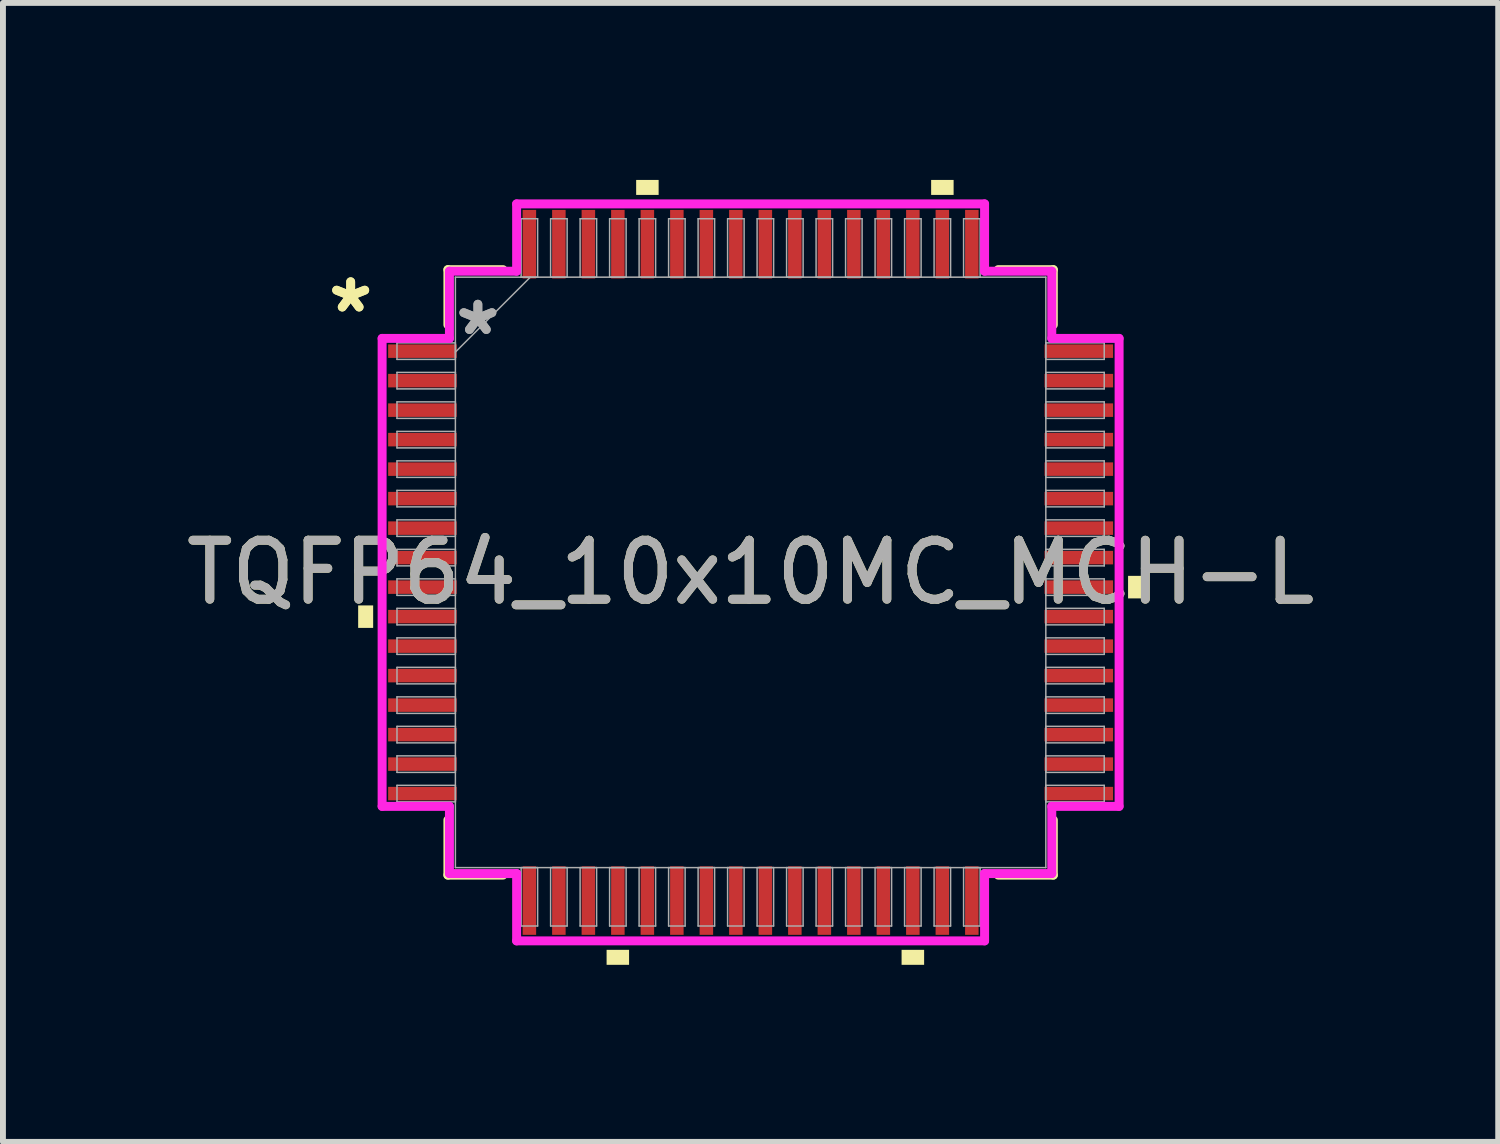
<source format=kicad_pcb>
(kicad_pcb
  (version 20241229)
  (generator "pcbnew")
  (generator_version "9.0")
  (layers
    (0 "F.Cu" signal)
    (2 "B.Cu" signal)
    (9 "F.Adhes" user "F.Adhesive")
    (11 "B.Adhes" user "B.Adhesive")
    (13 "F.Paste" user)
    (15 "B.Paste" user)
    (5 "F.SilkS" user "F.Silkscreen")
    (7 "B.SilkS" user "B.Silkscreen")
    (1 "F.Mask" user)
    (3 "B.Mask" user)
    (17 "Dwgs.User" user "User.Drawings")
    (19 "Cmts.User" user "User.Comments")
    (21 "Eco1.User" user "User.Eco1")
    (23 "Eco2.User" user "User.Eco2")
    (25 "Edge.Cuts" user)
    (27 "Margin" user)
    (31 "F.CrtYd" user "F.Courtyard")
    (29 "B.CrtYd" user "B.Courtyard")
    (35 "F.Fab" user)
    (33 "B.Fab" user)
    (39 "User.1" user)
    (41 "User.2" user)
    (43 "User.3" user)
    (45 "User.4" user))
  (footprint "TQFP64_10x10MC_MCH-L"
    (layer "F.Cu")
    (at 9.673 6.652)
    (property "Reference" "TQFP64_10x10MC_MCH-L" (at 0 0 0) (unlocked yes) (layer "F.SilkS") (effects (font (size 1 1) (thickness 0.15))))
    (attr smd)
    (fp_line (start -5.131 -5.131) (end -5.131 -4.197) (stroke (width 0.152) (type solid)) (layer "F.SilkS"))
    (fp_line (start -5.131 4.197) (end -5.131 5.131) (stroke (width 0.152) (type solid)) (layer "F.SilkS"))
    (fp_line (start -5.131 5.131) (end -4.197 5.131) (stroke (width 0.152) (type solid)) (layer "F.SilkS"))
    (fp_line (start -4.197 -5.131) (end -5.131 -5.131) (stroke (width 0.152) (type solid)) (layer "F.SilkS"))
    (fp_line (start 4.197 5.131) (end 5.131 5.131) (stroke (width 0.152) (type solid)) (layer "F.SilkS"))
    (fp_line (start 5.131 -5.131) (end 4.197 -5.131) (stroke (width 0.152) (type solid)) (layer "F.SilkS"))
    (fp_line (start 5.131 -4.197) (end 5.131 -5.131) (stroke (width 0.152) (type solid)) (layer "F.SilkS"))
    (fp_line (start 5.131 5.131) (end 5.131 4.197) (stroke (width 0.152) (type solid)) (layer "F.SilkS"))
    (fp_poly (pts (xy -6.652 0.56) (xy -6.652 0.941) (xy -6.398 0.941) (xy -6.398 0.56)) (stroke (width 0) (type solid)) (fill yes) (layer "F.SilkS"))
    (fp_poly (pts (xy -2.441 6.398) (xy -2.441 6.652) (xy -2.06 6.652) (xy -2.06 6.398)) (stroke (width 0) (type solid)) (fill yes) (layer "F.SilkS"))
    (fp_poly (pts (xy -1.94 -6.398) (xy -1.94 -6.652) (xy -1.559 -6.652) (xy -1.559 -6.398)) (stroke (width 0) (type solid)) (fill yes) (layer "F.SilkS"))
    (fp_poly (pts (xy 2.559 6.398) (xy 2.559 6.652) (xy 2.941 6.652) (xy 2.941 6.398)) (stroke (width 0) (type solid)) (fill yes) (layer "F.SilkS"))
    (fp_poly (pts (xy 3.06 -6.398) (xy 3.06 -6.652) (xy 3.441 -6.652) (xy 3.441 -6.398)) (stroke (width 0) (type solid)) (fill yes) (layer "F.SilkS"))
    (fp_poly (pts (xy 6.652 0.059) (xy 6.652 0.441) (xy 6.398 0.441) (xy 6.398 0.059)) (stroke (width 0) (type solid)) (fill yes) (layer "F.SilkS"))
    (fp_line (start -6.246 -3.966) (end -5.105 -3.966) (stroke (width 0.152) (type solid)) (layer "F.CrtYd"))
    (fp_line (start -6.246 3.966) (end -6.246 -3.966) (stroke (width 0.152) (type solid)) (layer "F.CrtYd"))
    (fp_line (start -5.105 -5.105) (end -3.966 -5.105) (stroke (width 0.152) (type solid)) (layer "F.CrtYd"))
    (fp_line (start -5.105 -3.966) (end -5.105 -5.105) (stroke (width 0.152) (type solid)) (layer "F.CrtYd"))
    (fp_line (start -5.105 3.966) (end -6.246 3.966) (stroke (width 0.152) (type solid)) (layer "F.CrtYd"))
    (fp_line (start -5.105 5.105) (end -5.105 3.966) (stroke (width 0.152) (type solid)) (layer "F.CrtYd"))
    (fp_line (start -5.105 5.105) (end -3.966 5.105) (stroke (width 0.152) (type solid)) (layer "F.CrtYd"))
    (fp_line (start -3.966 -6.246) (end 3.966 -6.246) (stroke (width 0.152) (type solid)) (layer "F.CrtYd"))
    (fp_line (start -3.966 -5.105) (end -3.966 -6.246) (stroke (width 0.152) (type solid)) (layer "F.CrtYd"))
    (fp_line (start -3.966 5.105) (end -3.966 6.246) (stroke (width 0.152) (type solid)) (layer "F.CrtYd"))
    (fp_line (start -3.966 6.246) (end 3.966 6.246) (stroke (width 0.152) (type solid)) (layer "F.CrtYd"))
    (fp_line (start 3.966 -6.246) (end 3.966 -5.105) (stroke (width 0.152) (type solid)) (layer "F.CrtYd"))
    (fp_line (start 3.966 -5.105) (end 5.105 -5.105) (stroke (width 0.152) (type solid)) (layer "F.CrtYd"))
    (fp_line (start 3.966 5.105) (end 5.105 5.105) (stroke (width 0.152) (type solid)) (layer "F.CrtYd"))
    (fp_line (start 3.966 6.246) (end 3.966 5.105) (stroke (width 0.152) (type solid)) (layer "F.CrtYd"))
    (fp_line (start 5.105 -3.966) (end 5.105 -5.105) (stroke (width 0.152) (type solid)) (layer "F.CrtYd"))
    (fp_line (start 5.105 3.966) (end 6.246 3.966) (stroke (width 0.152) (type solid)) (layer "F.CrtYd"))
    (fp_line (start 5.105 5.105) (end 5.105 3.966) (stroke (width 0.152) (type solid)) (layer "F.CrtYd"))
    (fp_line (start 6.246 -3.966) (end 5.105 -3.966) (stroke (width 0.152) (type solid)) (layer "F.CrtYd"))
    (fp_line (start 6.246 3.966) (end 6.246 -3.966) (stroke (width 0.152) (type solid)) (layer "F.CrtYd"))
    (fp_line (start -5.994 -3.89) (end -5.994 -3.61) (stroke (width 0.025) (type solid)) (layer "F.Fab"))
    (fp_line (start -5.994 -3.61) (end -5.004 -3.61) (stroke (width 0.025) (type solid)) (layer "F.Fab"))
    (fp_line (start -5.994 -3.39) (end -5.994 -3.11) (stroke (width 0.025) (type solid)) (layer "F.Fab"))
    (fp_line (start -5.994 -3.11) (end -5.004 -3.11) (stroke (width 0.025) (type solid)) (layer "F.Fab"))
    (fp_line (start -5.994 -2.89) (end -5.994 -2.61) (stroke (width 0.025) (type solid)) (layer "F.Fab"))
    (fp_line (start -5.994 -2.61) (end -5.004 -2.61) (stroke (width 0.025) (type solid)) (layer "F.Fab"))
    (fp_line (start -5.994 -2.39) (end -5.994 -2.11) (stroke (width 0.025) (type solid)) (layer "F.Fab"))
    (fp_line (start -5.994 -2.11) (end -5.004 -2.11) (stroke (width 0.025) (type solid)) (layer "F.Fab"))
    (fp_line (start -5.994 -1.89) (end -5.994 -1.61) (stroke (width 0.025) (type solid)) (layer "F.Fab"))
    (fp_line (start -5.994 -1.61) (end -5.004 -1.61) (stroke (width 0.025) (type solid)) (layer "F.Fab"))
    (fp_line (start -5.994 -1.39) (end -5.994 -1.11) (stroke (width 0.025) (type solid)) (layer "F.Fab"))
    (fp_line (start -5.994 -1.11) (end -5.004 -1.11) (stroke (width 0.025) (type solid)) (layer "F.Fab"))
    (fp_line (start -5.994 -0.89) (end -5.994 -0.61) (stroke (width 0.025) (type solid)) (layer "F.Fab"))
    (fp_line (start -5.994 -0.61) (end -5.004 -0.61) (stroke (width 0.025) (type solid)) (layer "F.Fab"))
    (fp_line (start -5.994 -0.39) (end -5.994 -0.11) (stroke (width 0.025) (type solid)) (layer "F.Fab"))
    (fp_line (start -5.994 -0.11) (end -5.004 -0.11) (stroke (width 0.025) (type solid)) (layer "F.Fab"))
    (fp_line (start -5.994 0.11) (end -5.994 0.39) (stroke (width 0.025) (type solid)) (layer "F.Fab"))
    (fp_line (start -5.994 0.39) (end -5.004 0.39) (stroke (width 0.025) (type solid)) (layer "F.Fab"))
    (fp_line (start -5.994 0.61) (end -5.994 0.89) (stroke (width 0.025) (type solid)) (layer "F.Fab"))
    (fp_line (start -5.994 0.89) (end -5.004 0.89) (stroke (width 0.025) (type solid)) (layer "F.Fab"))
    (fp_line (start -5.994 1.11) (end -5.994 1.39) (stroke (width 0.025) (type solid)) (layer "F.Fab"))
    (fp_line (start -5.994 1.39) (end -5.004 1.39) (stroke (width 0.025) (type solid)) (layer "F.Fab"))
    (fp_line (start -5.994 1.61) (end -5.994 1.89) (stroke (width 0.025) (type solid)) (layer "F.Fab"))
    (fp_line (start -5.994 1.89) (end -5.004 1.89) (stroke (width 0.025) (type solid)) (layer "F.Fab"))
    (fp_line (start -5.994 2.11) (end -5.994 2.39) (stroke (width 0.025) (type solid)) (layer "F.Fab"))
    (fp_line (start -5.994 2.39) (end -5.004 2.39) (stroke (width 0.025) (type solid)) (layer "F.Fab"))
    (fp_line (start -5.994 2.61) (end -5.994 2.89) (stroke (width 0.025) (type solid)) (layer "F.Fab"))
    (fp_line (start -5.994 2.89) (end -5.004 2.89) (stroke (width 0.025) (type solid)) (layer "F.Fab"))
    (fp_line (start -5.994 3.11) (end -5.994 3.39) (stroke (width 0.025) (type solid)) (layer "F.Fab"))
    (fp_line (start -5.994 3.39) (end -5.004 3.39) (stroke (width 0.025) (type solid)) (layer "F.Fab"))
    (fp_line (start -5.994 3.61) (end -5.994 3.89) (stroke (width 0.025) (type solid)) (layer "F.Fab"))
    (fp_line (start -5.994 3.89) (end -5.004 3.89) (stroke (width 0.025) (type solid)) (layer "F.Fab"))
    (fp_line (start -5.004 -5.004) (end -5.004 5.004) (stroke (width 0.025) (type solid)) (layer "F.Fab"))
    (fp_line (start -5.004 -3.89) (end -5.994 -3.89) (stroke (width 0.025) (type solid)) (layer "F.Fab"))
    (fp_line (start -5.004 -3.734) (end -3.734 -5.004) (stroke (width 0.025) (type solid)) (layer "F.Fab"))
    (fp_line (start -5.004 -3.61) (end -5.004 -3.89) (stroke (width 0.025) (type solid)) (layer "F.Fab"))
    (fp_line (start -5.004 -3.39) (end -5.994 -3.39) (stroke (width 0.025) (type solid)) (layer "F.Fab"))
    (fp_line (start -5.004 -3.11) (end -5.004 -3.39) (stroke (width 0.025) (type solid)) (layer "F.Fab"))
    (fp_line (start -5.004 -2.89) (end -5.994 -2.89) (stroke (width 0.025) (type solid)) (layer "F.Fab"))
    (fp_line (start -5.004 -2.61) (end -5.004 -2.89) (stroke (width 0.025) (type solid)) (layer "F.Fab"))
    (fp_line (start -5.004 -2.39) (end -5.994 -2.39) (stroke (width 0.025) (type solid)) (layer "F.Fab"))
    (fp_line (start -5.004 -2.11) (end -5.004 -2.39) (stroke (width 0.025) (type solid)) (layer "F.Fab"))
    (fp_line (start -5.004 -1.89) (end -5.994 -1.89) (stroke (width 0.025) (type solid)) (layer "F.Fab"))
    (fp_line (start -5.004 -1.61) (end -5.004 -1.89) (stroke (width 0.025) (type solid)) (layer "F.Fab"))
    (fp_line (start -5.004 -1.39) (end -5.994 -1.39) (stroke (width 0.025) (type solid)) (layer "F.Fab"))
    (fp_line (start -5.004 -1.11) (end -5.004 -1.39) (stroke (width 0.025) (type solid)) (layer "F.Fab"))
    (fp_line (start -5.004 -0.89) (end -5.994 -0.89) (stroke (width 0.025) (type solid)) (layer "F.Fab"))
    (fp_line (start -5.004 -0.61) (end -5.004 -0.89) (stroke (width 0.025) (type solid)) (layer "F.Fab"))
    (fp_line (start -5.004 -0.39) (end -5.994 -0.39) (stroke (width 0.025) (type solid)) (layer "F.Fab"))
    (fp_line (start -5.004 -0.11) (end -5.004 -0.39) (stroke (width 0.025) (type solid)) (layer "F.Fab"))
    (fp_line (start -5.004 0.11) (end -5.994 0.11) (stroke (width 0.025) (type solid)) (layer "F.Fab"))
    (fp_line (start -5.004 0.39) (end -5.004 0.11) (stroke (width 0.025) (type solid)) (layer "F.Fab"))
    (fp_line (start -5.004 0.61) (end -5.994 0.61) (stroke (width 0.025) (type solid)) (layer "F.Fab"))
    (fp_line (start -5.004 0.89) (end -5.004 0.61) (stroke (width 0.025) (type solid)) (layer "F.Fab"))
    (fp_line (start -5.004 1.11) (end -5.994 1.11) (stroke (width 0.025) (type solid)) (layer "F.Fab"))
    (fp_line (start -5.004 1.39) (end -5.004 1.11) (stroke (width 0.025) (type solid)) (layer "F.Fab"))
    (fp_line (start -5.004 1.61) (end -5.994 1.61) (stroke (width 0.025) (type solid)) (layer "F.Fab"))
    (fp_line (start -5.004 1.89) (end -5.004 1.61) (stroke (width 0.025) (type solid)) (layer "F.Fab"))
    (fp_line (start -5.004 2.11) (end -5.994 2.11) (stroke (width 0.025) (type solid)) (layer "F.Fab"))
    (fp_line (start -5.004 2.39) (end -5.004 2.11) (stroke (width 0.025) (type solid)) (layer "F.Fab"))
    (fp_line (start -5.004 2.61) (end -5.994 2.61) (stroke (width 0.025) (type solid)) (layer "F.Fab"))
    (fp_line (start -5.004 2.89) (end -5.004 2.61) (stroke (width 0.025) (type solid)) (layer "F.Fab"))
    (fp_line (start -5.004 3.11) (end -5.994 3.11) (stroke (width 0.025) (type solid)) (layer "F.Fab"))
    (fp_line (start -5.004 3.39) (end -5.004 3.11) (stroke (width 0.025) (type solid)) (layer "F.Fab"))
    (fp_line (start -5.004 3.61) (end -5.994 3.61) (stroke (width 0.025) (type solid)) (layer "F.Fab"))
    (fp_line (start -5.004 3.89) (end -5.004 3.61) (stroke (width 0.025) (type solid)) (layer "F.Fab"))
    (fp_line (start -5.004 5.004) (end 5.004 5.004) (stroke (width 0.025) (type solid)) (layer "F.Fab"))
    (fp_line (start -3.89 -5.994) (end -3.89 -5.004) (stroke (width 0.025) (type solid)) (layer "F.Fab"))
    (fp_line (start -3.89 -5.004) (end -3.61 -5.004) (stroke (width 0.025) (type solid)) (layer "F.Fab"))
    (fp_line (start -3.89 5.004) (end -3.89 5.994) (stroke (width 0.025) (type solid)) (layer "F.Fab"))
    (fp_line (start -3.89 5.994) (end -3.61 5.994) (stroke (width 0.025) (type solid)) (layer "F.Fab"))
    (fp_line (start -3.61 -5.994) (end -3.89 -5.994) (stroke (width 0.025) (type solid)) (layer "F.Fab"))
    (fp_line (start -3.61 -5.004) (end -3.61 -5.994) (stroke (width 0.025) (type solid)) (layer "F.Fab"))
    (fp_line (start -3.61 5.004) (end -3.89 5.004) (stroke (width 0.025) (type solid)) (layer "F.Fab"))
    (fp_line (start -3.61 5.994) (end -3.61 5.004) (stroke (width 0.025) (type solid)) (layer "F.Fab"))
    (fp_line (start -3.39 -5.994) (end -3.39 -5.004) (stroke (width 0.025) (type solid)) (layer "F.Fab"))
    (fp_line (start -3.39 -5.004) (end -3.11 -5.004) (stroke (width 0.025) (type solid)) (layer "F.Fab"))
    (fp_line (start -3.39 5.004) (end -3.39 5.994) (stroke (width 0.025) (type solid)) (layer "F.Fab"))
    (fp_line (start -3.39 5.994) (end -3.11 5.994) (stroke (width 0.025) (type solid)) (layer "F.Fab"))
    (fp_line (start -3.11 -5.994) (end -3.39 -5.994) (stroke (width 0.025) (type solid)) (layer "F.Fab"))
    (fp_line (start -3.11 -5.004) (end -3.11 -5.994) (stroke (width 0.025) (type solid)) (layer "F.Fab"))
    (fp_line (start -3.11 5.004) (end -3.39 5.004) (stroke (width 0.025) (type solid)) (layer "F.Fab"))
    (fp_line (start -3.11 5.994) (end -3.11 5.004) (stroke (width 0.025) (type solid)) (layer "F.Fab"))
    (fp_line (start -2.89 -5.994) (end -2.89 -5.004) (stroke (width 0.025) (type solid)) (layer "F.Fab"))
    (fp_line (start -2.89 -5.004) (end -2.61 -5.004) (stroke (width 0.025) (type solid)) (layer "F.Fab"))
    (fp_line (start -2.89 5.004) (end -2.89 5.994) (stroke (width 0.025) (type solid)) (layer "F.Fab"))
    (fp_line (start -2.89 5.994) (end -2.61 5.994) (stroke (width 0.025) (type solid)) (layer "F.Fab"))
    (fp_line (start -2.61 -5.994) (end -2.89 -5.994) (stroke (width 0.025) (type solid)) (layer "F.Fab"))
    (fp_line (start -2.61 -5.004) (end -2.61 -5.994) (stroke (width 0.025) (type solid)) (layer "F.Fab"))
    (fp_line (start -2.61 5.004) (end -2.89 5.004) (stroke (width 0.025) (type solid)) (layer "F.Fab"))
    (fp_line (start -2.61 5.994) (end -2.61 5.004) (stroke (width 0.025) (type solid)) (layer "F.Fab"))
    (fp_line (start -2.39 -5.994) (end -2.39 -5.004) (stroke (width 0.025) (type solid)) (layer "F.Fab"))
    (fp_line (start -2.39 -5.004) (end -2.11 -5.004) (stroke (width 0.025) (type solid)) (layer "F.Fab"))
    (fp_line (start -2.39 5.004) (end -2.39 5.994) (stroke (width 0.025) (type solid)) (layer "F.Fab"))
    (fp_line (start -2.39 5.994) (end -2.11 5.994) (stroke (width 0.025) (type solid)) (layer "F.Fab"))
    (fp_line (start -2.11 -5.994) (end -2.39 -5.994) (stroke (width 0.025) (type solid)) (layer "F.Fab"))
    (fp_line (start -2.11 -5.004) (end -2.11 -5.994) (stroke (width 0.025) (type solid)) (layer "F.Fab"))
    (fp_line (start -2.11 5.004) (end -2.39 5.004) (stroke (width 0.025) (type solid)) (layer "F.Fab"))
    (fp_line (start -2.11 5.994) (end -2.11 5.004) (stroke (width 0.025) (type solid)) (layer "F.Fab"))
    (fp_line (start -1.89 -5.994) (end -1.89 -5.004) (stroke (width 0.025) (type solid)) (layer "F.Fab"))
    (fp_line (start -1.89 -5.004) (end -1.61 -5.004) (stroke (width 0.025) (type solid)) (layer "F.Fab"))
    (fp_line (start -1.89 5.004) (end -1.89 5.994) (stroke (width 0.025) (type solid)) (layer "F.Fab"))
    (fp_line (start -1.89 5.994) (end -1.61 5.994) (stroke (width 0.025) (type solid)) (layer "F.Fab"))
    (fp_line (start -1.61 -5.994) (end -1.89 -5.994) (stroke (width 0.025) (type solid)) (layer "F.Fab"))
    (fp_line (start -1.61 -5.004) (end -1.61 -5.994) (stroke (width 0.025) (type solid)) (layer "F.Fab"))
    (fp_line (start -1.61 5.004) (end -1.89 5.004) (stroke (width 0.025) (type solid)) (layer "F.Fab"))
    (fp_line (start -1.61 5.994) (end -1.61 5.004) (stroke (width 0.025) (type solid)) (layer "F.Fab"))
    (fp_line (start -1.39 -5.994) (end -1.39 -5.004) (stroke (width 0.025) (type solid)) (layer "F.Fab"))
    (fp_line (start -1.39 -5.004) (end -1.11 -5.004) (stroke (width 0.025) (type solid)) (layer "F.Fab"))
    (fp_line (start -1.39 5.004) (end -1.39 5.994) (stroke (width 0.025) (type solid)) (layer "F.Fab"))
    (fp_line (start -1.39 5.994) (end -1.11 5.994) (stroke (width 0.025) (type solid)) (layer "F.Fab"))
    (fp_line (start -1.11 -5.994) (end -1.39 -5.994) (stroke (width 0.025) (type solid)) (layer "F.Fab"))
    (fp_line (start -1.11 -5.004) (end -1.11 -5.994) (stroke (width 0.025) (type solid)) (layer "F.Fab"))
    (fp_line (start -1.11 5.004) (end -1.39 5.004) (stroke (width 0.025) (type solid)) (layer "F.Fab"))
    (fp_line (start -1.11 5.994) (end -1.11 5.004) (stroke (width 0.025) (type solid)) (layer "F.Fab"))
    (fp_line (start -0.89 -5.994) (end -0.89 -5.004) (stroke (width 0.025) (type solid)) (layer "F.Fab"))
    (fp_line (start -0.89 -5.004) (end -0.61 -5.004) (stroke (width 0.025) (type solid)) (layer "F.Fab"))
    (fp_line (start -0.89 5.004) (end -0.89 5.994) (stroke (width 0.025) (type solid)) (layer "F.Fab"))
    (fp_line (start -0.89 5.994) (end -0.61 5.994) (stroke (width 0.025) (type solid)) (layer "F.Fab"))
    (fp_line (start -0.61 -5.994) (end -0.89 -5.994) (stroke (width 0.025) (type solid)) (layer "F.Fab"))
    (fp_line (start -0.61 -5.004) (end -0.61 -5.994) (stroke (width 0.025) (type solid)) (layer "F.Fab"))
    (fp_line (start -0.61 5.004) (end -0.89 5.004) (stroke (width 0.025) (type solid)) (layer "F.Fab"))
    (fp_line (start -0.61 5.994) (end -0.61 5.004) (stroke (width 0.025) (type solid)) (layer "F.Fab"))
    (fp_line (start -0.39 -5.994) (end -0.39 -5.004) (stroke (width 0.025) (type solid)) (layer "F.Fab"))
    (fp_line (start -0.39 -5.004) (end -0.11 -5.004) (stroke (width 0.025) (type solid)) (layer "F.Fab"))
    (fp_line (start -0.39 5.004) (end -0.39 5.994) (stroke (width 0.025) (type solid)) (layer "F.Fab"))
    (fp_line (start -0.39 5.994) (end -0.11 5.994) (stroke (width 0.025) (type solid)) (layer "F.Fab"))
    (fp_line (start -0.11 -5.994) (end -0.39 -5.994) (stroke (width 0.025) (type solid)) (layer "F.Fab"))
    (fp_line (start -0.11 -5.004) (end -0.11 -5.994) (stroke (width 0.025) (type solid)) (layer "F.Fab"))
    (fp_line (start -0.11 5.004) (end -0.39 5.004) (stroke (width 0.025) (type solid)) (layer "F.Fab"))
    (fp_line (start -0.11 5.994) (end -0.11 5.004) (stroke (width 0.025) (type solid)) (layer "F.Fab"))
    (fp_line (start 0.11 -5.994) (end 0.11 -5.004) (stroke (width 0.025) (type solid)) (layer "F.Fab"))
    (fp_line (start 0.11 -5.004) (end 0.39 -5.004) (stroke (width 0.025) (type solid)) (layer "F.Fab"))
    (fp_line (start 0.11 5.004) (end 0.11 5.994) (stroke (width 0.025) (type solid)) (layer "F.Fab"))
    (fp_line (start 0.11 5.994) (end 0.39 5.994) (stroke (width 0.025) (type solid)) (layer "F.Fab"))
    (fp_line (start 0.39 -5.994) (end 0.11 -5.994) (stroke (width 0.025) (type solid)) (layer "F.Fab"))
    (fp_line (start 0.39 -5.004) (end 0.39 -5.994) (stroke (width 0.025) (type solid)) (layer "F.Fab"))
    (fp_line (start 0.39 5.004) (end 0.11 5.004) (stroke (width 0.025) (type solid)) (layer "F.Fab"))
    (fp_line (start 0.39 5.994) (end 0.39 5.004) (stroke (width 0.025) (type solid)) (layer "F.Fab"))
    (fp_line (start 0.61 -5.994) (end 0.61 -5.004) (stroke (width 0.025) (type solid)) (layer "F.Fab"))
    (fp_line (start 0.61 -5.004) (end 0.89 -5.004) (stroke (width 0.025) (type solid)) (layer "F.Fab"))
    (fp_line (start 0.61 5.004) (end 0.61 5.994) (stroke (width 0.025) (type solid)) (layer "F.Fab"))
    (fp_line (start 0.61 5.994) (end 0.89 5.994) (stroke (width 0.025) (type solid)) (layer "F.Fab"))
    (fp_line (start 0.89 -5.994) (end 0.61 -5.994) (stroke (width 0.025) (type solid)) (layer "F.Fab"))
    (fp_line (start 0.89 -5.004) (end 0.89 -5.994) (stroke (width 0.025) (type solid)) (layer "F.Fab"))
    (fp_line (start 0.89 5.004) (end 0.61 5.004) (stroke (width 0.025) (type solid)) (layer "F.Fab"))
    (fp_line (start 0.89 5.994) (end 0.89 5.004) (stroke (width 0.025) (type solid)) (layer "F.Fab"))
    (fp_line (start 1.11 -5.994) (end 1.11 -5.004) (stroke (width 0.025) (type solid)) (layer "F.Fab"))
    (fp_line (start 1.11 -5.004) (end 1.39 -5.004) (stroke (width 0.025) (type solid)) (layer "F.Fab"))
    (fp_line (start 1.11 5.004) (end 1.11 5.994) (stroke (width 0.025) (type solid)) (layer "F.Fab"))
    (fp_line (start 1.11 5.994) (end 1.39 5.994) (stroke (width 0.025) (type solid)) (layer "F.Fab"))
    (fp_line (start 1.39 -5.994) (end 1.11 -5.994) (stroke (width 0.025) (type solid)) (layer "F.Fab"))
    (fp_line (start 1.39 -5.004) (end 1.39 -5.994) (stroke (width 0.025) (type solid)) (layer "F.Fab"))
    (fp_line (start 1.39 5.004) (end 1.11 5.004) (stroke (width 0.025) (type solid)) (layer "F.Fab"))
    (fp_line (start 1.39 5.994) (end 1.39 5.004) (stroke (width 0.025) (type solid)) (layer "F.Fab"))
    (fp_line (start 1.61 -5.994) (end 1.61 -5.004) (stroke (width 0.025) (type solid)) (layer "F.Fab"))
    (fp_line (start 1.61 -5.004) (end 1.89 -5.004) (stroke (width 0.025) (type solid)) (layer "F.Fab"))
    (fp_line (start 1.61 5.004) (end 1.61 5.994) (stroke (width 0.025) (type solid)) (layer "F.Fab"))
    (fp_line (start 1.61 5.994) (end 1.89 5.994) (stroke (width 0.025) (type solid)) (layer "F.Fab"))
    (fp_line (start 1.89 -5.994) (end 1.61 -5.994) (stroke (width 0.025) (type solid)) (layer "F.Fab"))
    (fp_line (start 1.89 -5.004) (end 1.89 -5.994) (stroke (width 0.025) (type solid)) (layer "F.Fab"))
    (fp_line (start 1.89 5.004) (end 1.61 5.004) (stroke (width 0.025) (type solid)) (layer "F.Fab"))
    (fp_line (start 1.89 5.994) (end 1.89 5.004) (stroke (width 0.025) (type solid)) (layer "F.Fab"))
    (fp_line (start 2.11 -5.994) (end 2.11 -5.004) (stroke (width 0.025) (type solid)) (layer "F.Fab"))
    (fp_line (start 2.11 -5.004) (end 2.39 -5.004) (stroke (width 0.025) (type solid)) (layer "F.Fab"))
    (fp_line (start 2.11 5.004) (end 2.11 5.994) (stroke (width 0.025) (type solid)) (layer "F.Fab"))
    (fp_line (start 2.11 5.994) (end 2.39 5.994) (stroke (width 0.025) (type solid)) (layer "F.Fab"))
    (fp_line (start 2.39 -5.994) (end 2.11 -5.994) (stroke (width 0.025) (type solid)) (layer "F.Fab"))
    (fp_line (start 2.39 -5.004) (end 2.39 -5.994) (stroke (width 0.025) (type solid)) (layer "F.Fab"))
    (fp_line (start 2.39 5.004) (end 2.11 5.004) (stroke (width 0.025) (type solid)) (layer "F.Fab"))
    (fp_line (start 2.39 5.994) (end 2.39 5.004) (stroke (width 0.025) (type solid)) (layer "F.Fab"))
    (fp_line (start 2.61 -5.994) (end 2.61 -5.004) (stroke (width 0.025) (type solid)) (layer "F.Fab"))
    (fp_line (start 2.61 -5.004) (end 2.89 -5.004) (stroke (width 0.025) (type solid)) (layer "F.Fab"))
    (fp_line (start 2.61 5.004) (end 2.61 5.994) (stroke (width 0.025) (type solid)) (layer "F.Fab"))
    (fp_line (start 2.61 5.994) (end 2.89 5.994) (stroke (width 0.025) (type solid)) (layer "F.Fab"))
    (fp_line (start 2.89 -5.994) (end 2.61 -5.994) (stroke (width 0.025) (type solid)) (layer "F.Fab"))
    (fp_line (start 2.89 -5.004) (end 2.89 -5.994) (stroke (width 0.025) (type solid)) (layer "F.Fab"))
    (fp_line (start 2.89 5.004) (end 2.61 5.004) (stroke (width 0.025) (type solid)) (layer "F.Fab"))
    (fp_line (start 2.89 5.994) (end 2.89 5.004) (stroke (width 0.025) (type solid)) (layer "F.Fab"))
    (fp_line (start 3.11 -5.994) (end 3.11 -5.004) (stroke (width 0.025) (type solid)) (layer "F.Fab"))
    (fp_line (start 3.11 -5.004) (end 3.39 -5.004) (stroke (width 0.025) (type solid)) (layer "F.Fab"))
    (fp_line (start 3.11 5.004) (end 3.11 5.994) (stroke (width 0.025) (type solid)) (layer "F.Fab"))
    (fp_line (start 3.11 5.994) (end 3.39 5.994) (stroke (width 0.025) (type solid)) (layer "F.Fab"))
    (fp_line (start 3.39 -5.994) (end 3.11 -5.994) (stroke (width 0.025) (type solid)) (layer "F.Fab"))
    (fp_line (start 3.39 -5.004) (end 3.39 -5.994) (stroke (width 0.025) (type solid)) (layer "F.Fab"))
    (fp_line (start 3.39 5.004) (end 3.11 5.004) (stroke (width 0.025) (type solid)) (layer "F.Fab"))
    (fp_line (start 3.39 5.994) (end 3.39 5.004) (stroke (width 0.025) (type solid)) (layer "F.Fab"))
    (fp_line (start 3.61 -5.994) (end 3.61 -5.004) (stroke (width 0.025) (type solid)) (layer "F.Fab"))
    (fp_line (start 3.61 -5.004) (end 3.89 -5.004) (stroke (width 0.025) (type solid)) (layer "F.Fab"))
    (fp_line (start 3.61 5.004) (end 3.61 5.994) (stroke (width 0.025) (type solid)) (layer "F.Fab"))
    (fp_line (start 3.61 5.994) (end 3.89 5.994) (stroke (width 0.025) (type solid)) (layer "F.Fab"))
    (fp_line (start 3.89 -5.994) (end 3.61 -5.994) (stroke (width 0.025) (type solid)) (layer "F.Fab"))
    (fp_line (start 3.89 -5.004) (end 3.89 -5.994) (stroke (width 0.025) (type solid)) (layer "F.Fab"))
    (fp_line (start 3.89 5.004) (end 3.61 5.004) (stroke (width 0.025) (type solid)) (layer "F.Fab"))
    (fp_line (start 3.89 5.994) (end 3.89 5.004) (stroke (width 0.025) (type solid)) (layer "F.Fab"))
    (fp_line (start 5.004 -5.004) (end -5.004 -5.004) (stroke (width 0.025) (type solid)) (layer "F.Fab"))
    (fp_line (start 5.004 -3.89) (end 5.004 -3.61) (stroke (width 0.025) (type solid)) (layer "F.Fab"))
    (fp_line (start 5.004 -3.61) (end 5.994 -3.61) (stroke (width 0.025) (type solid)) (layer "F.Fab"))
    (fp_line (start 5.004 -3.39) (end 5.004 -3.11) (stroke (width 0.025) (type solid)) (layer "F.Fab"))
    (fp_line (start 5.004 -3.11) (end 5.994 -3.11) (stroke (width 0.025) (type solid)) (layer "F.Fab"))
    (fp_line (start 5.004 -2.89) (end 5.004 -2.61) (stroke (width 0.025) (type solid)) (layer "F.Fab"))
    (fp_line (start 5.004 -2.61) (end 5.994 -2.61) (stroke (width 0.025) (type solid)) (layer "F.Fab"))
    (fp_line (start 5.004 -2.39) (end 5.004 -2.11) (stroke (width 0.025) (type solid)) (layer "F.Fab"))
    (fp_line (start 5.004 -2.11) (end 5.994 -2.11) (stroke (width 0.025) (type solid)) (layer "F.Fab"))
    (fp_line (start 5.004 -1.89) (end 5.004 -1.61) (stroke (width 0.025) (type solid)) (layer "F.Fab"))
    (fp_line (start 5.004 -1.61) (end 5.994 -1.61) (stroke (width 0.025) (type solid)) (layer "F.Fab"))
    (fp_line (start 5.004 -1.39) (end 5.004 -1.11) (stroke (width 0.025) (type solid)) (layer "F.Fab"))
    (fp_line (start 5.004 -1.11) (end 5.994 -1.11) (stroke (width 0.025) (type solid)) (layer "F.Fab"))
    (fp_line (start 5.004 -0.89) (end 5.004 -0.61) (stroke (width 0.025) (type solid)) (layer "F.Fab"))
    (fp_line (start 5.004 -0.61) (end 5.994 -0.61) (stroke (width 0.025) (type solid)) (layer "F.Fab"))
    (fp_line (start 5.004 -0.39) (end 5.004 -0.11) (stroke (width 0.025) (type solid)) (layer "F.Fab"))
    (fp_line (start 5.004 -0.11) (end 5.994 -0.11) (stroke (width 0.025) (type solid)) (layer "F.Fab"))
    (fp_line (start 5.004 0.11) (end 5.004 0.39) (stroke (width 0.025) (type solid)) (layer "F.Fab"))
    (fp_line (start 5.004 0.39) (end 5.994 0.39) (stroke (width 0.025) (type solid)) (layer "F.Fab"))
    (fp_line (start 5.004 0.61) (end 5.004 0.89) (stroke (width 0.025) (type solid)) (layer "F.Fab"))
    (fp_line (start 5.004 0.89) (end 5.994 0.89) (stroke (width 0.025) (type solid)) (layer "F.Fab"))
    (fp_line (start 5.004 1.11) (end 5.004 1.39) (stroke (width 0.025) (type solid)) (layer "F.Fab"))
    (fp_line (start 5.004 1.39) (end 5.994 1.39) (stroke (width 0.025) (type solid)) (layer "F.Fab"))
    (fp_line (start 5.004 1.61) (end 5.004 1.89) (stroke (width 0.025) (type solid)) (layer "F.Fab"))
    (fp_line (start 5.004 1.89) (end 5.994 1.89) (stroke (width 0.025) (type solid)) (layer "F.Fab"))
    (fp_line (start 5.004 2.11) (end 5.004 2.39) (stroke (width 0.025) (type solid)) (layer "F.Fab"))
    (fp_line (start 5.004 2.39) (end 5.994 2.39) (stroke (width 0.025) (type solid)) (layer "F.Fab"))
    (fp_line (start 5.004 2.61) (end 5.004 2.89) (stroke (width 0.025) (type solid)) (layer "F.Fab"))
    (fp_line (start 5.004 2.89) (end 5.994 2.89) (stroke (width 0.025) (type solid)) (layer "F.Fab"))
    (fp_line (start 5.004 3.11) (end 5.004 3.39) (stroke (width 0.025) (type solid)) (layer "F.Fab"))
    (fp_line (start 5.004 3.39) (end 5.994 3.39) (stroke (width 0.025) (type solid)) (layer "F.Fab"))
    (fp_line (start 5.004 3.61) (end 5.004 3.89) (stroke (width 0.025) (type solid)) (layer "F.Fab"))
    (fp_line (start 5.004 3.89) (end 5.994 3.89) (stroke (width 0.025) (type solid)) (layer "F.Fab"))
    (fp_line (start 5.004 5.004) (end 5.004 -5.004) (stroke (width 0.025) (type solid)) (layer "F.Fab"))
    (fp_line (start 5.994 -3.89) (end 5.004 -3.89) (stroke (width 0.025) (type solid)) (layer "F.Fab"))
    (fp_line (start 5.994 -3.61) (end 5.994 -3.89) (stroke (width 0.025) (type solid)) (layer "F.Fab"))
    (fp_line (start 5.994 -3.39) (end 5.004 -3.39) (stroke (width 0.025) (type solid)) (layer "F.Fab"))
    (fp_line (start 5.994 -3.11) (end 5.994 -3.39) (stroke (width 0.025) (type solid)) (layer "F.Fab"))
    (fp_line (start 5.994 -2.89) (end 5.004 -2.89) (stroke (width 0.025) (type solid)) (layer "F.Fab"))
    (fp_line (start 5.994 -2.61) (end 5.994 -2.89) (stroke (width 0.025) (type solid)) (layer "F.Fab"))
    (fp_line (start 5.994 -2.39) (end 5.004 -2.39) (stroke (width 0.025) (type solid)) (layer "F.Fab"))
    (fp_line (start 5.994 -2.11) (end 5.994 -2.39) (stroke (width 0.025) (type solid)) (layer "F.Fab"))
    (fp_line (start 5.994 -1.89) (end 5.004 -1.89) (stroke (width 0.025) (type solid)) (layer "F.Fab"))
    (fp_line (start 5.994 -1.61) (end 5.994 -1.89) (stroke (width 0.025) (type solid)) (layer "F.Fab"))
    (fp_line (start 5.994 -1.39) (end 5.004 -1.39) (stroke (width 0.025) (type solid)) (layer "F.Fab"))
    (fp_line (start 5.994 -1.11) (end 5.994 -1.39) (stroke (width 0.025) (type solid)) (layer "F.Fab"))
    (fp_line (start 5.994 -0.89) (end 5.004 -0.89) (stroke (width 0.025) (type solid)) (layer "F.Fab"))
    (fp_line (start 5.994 -0.61) (end 5.994 -0.89) (stroke (width 0.025) (type solid)) (layer "F.Fab"))
    (fp_line (start 5.994 -0.39) (end 5.004 -0.39) (stroke (width 0.025) (type solid)) (layer "F.Fab"))
    (fp_line (start 5.994 -0.11) (end 5.994 -0.39) (stroke (width 0.025) (type solid)) (layer "F.Fab"))
    (fp_line (start 5.994 0.11) (end 5.004 0.11) (stroke (width 0.025) (type solid)) (layer "F.Fab"))
    (fp_line (start 5.994 0.39) (end 5.994 0.11) (stroke (width 0.025) (type solid)) (layer "F.Fab"))
    (fp_line (start 5.994 0.61) (end 5.004 0.61) (stroke (width 0.025) (type solid)) (layer "F.Fab"))
    (fp_line (start 5.994 0.89) (end 5.994 0.61) (stroke (width 0.025) (type solid)) (layer "F.Fab"))
    (fp_line (start 5.994 1.11) (end 5.004 1.11) (stroke (width 0.025) (type solid)) (layer "F.Fab"))
    (fp_line (start 5.994 1.39) (end 5.994 1.11) (stroke (width 0.025) (type solid)) (layer "F.Fab"))
    (fp_line (start 5.994 1.61) (end 5.004 1.61) (stroke (width 0.025) (type solid)) (layer "F.Fab"))
    (fp_line (start 5.994 1.89) (end 5.994 1.61) (stroke (width 0.025) (type solid)) (layer "F.Fab"))
    (fp_line (start 5.994 2.11) (end 5.004 2.11) (stroke (width 0.025) (type solid)) (layer "F.Fab"))
    (fp_line (start 5.994 2.39) (end 5.994 2.11) (stroke (width 0.025) (type solid)) (layer "F.Fab"))
    (fp_line (start 5.994 2.61) (end 5.004 2.61) (stroke (width 0.025) (type solid)) (layer "F.Fab"))
    (fp_line (start 5.994 2.89) (end 5.994 2.61) (stroke (width 0.025) (type solid)) (layer "F.Fab"))
    (fp_line (start 5.994 3.11) (end 5.004 3.11) (stroke (width 0.025) (type solid)) (layer "F.Fab"))
    (fp_line (start 5.994 3.39) (end 5.994 3.11) (stroke (width 0.025) (type solid)) (layer "F.Fab"))
    (fp_line (start 5.994 3.61) (end 5.004 3.61) (stroke (width 0.025) (type solid)) (layer "F.Fab"))
    (fp_line (start 5.994 3.89) (end 5.994 3.61) (stroke (width 0.025) (type solid)) (layer "F.Fab"))
    (fp_text user "*" (at -6.779 -4.381 0) (layer "F.SilkS") (effects (font (size 1 1) (thickness 0.15))))
    (fp_text user "*" (at -6.779 -4.381 0) (unlocked yes) (layer "F.SilkS") (effects (font (size 1 1) (thickness 0.15))))
    (fp_text user "*" (at -4.623 -4 0) (unlocked yes) (layer "F.Fab") (effects (font (size 1 1) (thickness 0.15))))
    (fp_text user "*" (at -4.623 -4 0) (layer "F.Fab") (effects (font (size 1 1) (thickness 0.15))))
    (fp_text user "${REFERENCE}" (at 0 0 0) (unlocked yes) (layer "F.Fab") (effects (font (size 1 1) (thickness 0.15))))
    (pad "1" smd rect (at -5.563 -3.75 90) (size 0.229 1.162) (layers "F.Cu" "F.Mask" "F.Paste"))
    (pad "2" smd rect (at -5.563 -3.25 90) (size 0.229 1.162) (layers "F.Cu" "F.Mask" "F.Paste"))
    (pad "3" smd rect (at -5.563 -2.75 90) (size 0.229 1.162) (layers "F.Cu" "F.Mask" "F.Paste"))
    (pad "4" smd rect (at -5.563 -2.25 90) (size 0.229 1.162) (layers "F.Cu" "F.Mask" "F.Paste"))
    (pad "5" smd rect (at -5.563 -1.75 90) (size 0.229 1.162) (layers "F.Cu" "F.Mask" "F.Paste"))
    (pad "6" smd rect (at -5.563 -1.25 90) (size 0.229 1.162) (layers "F.Cu" "F.Mask" "F.Paste"))
    (pad "7" smd rect (at -5.563 -0.75 90) (size 0.229 1.162) (layers "F.Cu" "F.Mask" "F.Paste"))
    (pad "8" smd rect (at -5.563 -0.25 90) (size 0.229 1.162) (layers "F.Cu" "F.Mask" "F.Paste"))
    (pad "9" smd rect (at -5.563 0.25 90) (size 0.229 1.162) (layers "F.Cu" "F.Mask" "F.Paste"))
    (pad "10" smd rect (at -5.563 0.75 90) (size 0.229 1.162) (layers "F.Cu" "F.Mask" "F.Paste"))
    (pad "11" smd rect (at -5.563 1.25 90) (size 0.229 1.162) (layers "F.Cu" "F.Mask" "F.Paste"))
    (pad "12" smd rect (at -5.563 1.75 90) (size 0.229 1.162) (layers "F.Cu" "F.Mask" "F.Paste"))
    (pad "13" smd rect (at -5.563 2.25 90) (size 0.229 1.162) (layers "F.Cu" "F.Mask" "F.Paste"))
    (pad "14" smd rect (at -5.563 2.75 90) (size 0.229 1.162) (layers "F.Cu" "F.Mask" "F.Paste"))
    (pad "15" smd rect (at -5.563 3.25 90) (size 0.229 1.162) (layers "F.Cu" "F.Mask" "F.Paste"))
    (pad "16" smd rect (at -5.563 3.75 90) (size 0.229 1.162) (layers "F.Cu" "F.Mask" "F.Paste"))
    (pad "17" smd rect (at -3.75 5.563) (size 0.229 1.162) (layers "F.Cu" "F.Mask" "F.Paste"))
    (pad "18" smd rect (at -3.25 5.563) (size 0.229 1.162) (layers "F.Cu" "F.Mask" "F.Paste"))
    (pad "19" smd rect (at -2.75 5.563) (size 0.229 1.162) (layers "F.Cu" "F.Mask" "F.Paste"))
    (pad "20" smd rect (at -2.25 5.563) (size 0.229 1.162) (layers "F.Cu" "F.Mask" "F.Paste"))
    (pad "21" smd rect (at -1.75 5.563) (size 0.229 1.162) (layers "F.Cu" "F.Mask" "F.Paste"))
    (pad "22" smd rect (at -1.25 5.563) (size 0.229 1.162) (layers "F.Cu" "F.Mask" "F.Paste"))
    (pad "23" smd rect (at -0.75 5.563) (size 0.229 1.162) (layers "F.Cu" "F.Mask" "F.Paste"))
    (pad "24" smd rect (at -0.25 5.563) (size 0.229 1.162) (layers "F.Cu" "F.Mask" "F.Paste"))
    (pad "25" smd rect (at 0.25 5.563) (size 0.229 1.162) (layers "F.Cu" "F.Mask" "F.Paste"))
    (pad "26" smd rect (at 0.75 5.563) (size 0.229 1.162) (layers "F.Cu" "F.Mask" "F.Paste"))
    (pad "27" smd rect (at 1.25 5.563) (size 0.229 1.162) (layers "F.Cu" "F.Mask" "F.Paste"))
    (pad "28" smd rect (at 1.75 5.563) (size 0.229 1.162) (layers "F.Cu" "F.Mask" "F.Paste"))
    (pad "29" smd rect (at 2.25 5.563) (size 0.229 1.162) (layers "F.Cu" "F.Mask" "F.Paste"))
    (pad "30" smd rect (at 2.75 5.563) (size 0.229 1.162) (layers "F.Cu" "F.Mask" "F.Paste"))
    (pad "31" smd rect (at 3.25 5.563) (size 0.229 1.162) (layers "F.Cu" "F.Mask" "F.Paste"))
    (pad "32" smd rect (at 3.75 5.563) (size 0.229 1.162) (layers "F.Cu" "F.Mask" "F.Paste"))
    (pad "33" smd rect (at 5.563 3.75 90) (size 0.229 1.162) (layers "F.Cu" "F.Mask" "F.Paste"))
    (pad "34" smd rect (at 5.563 3.25 90) (size 0.229 1.162) (layers "F.Cu" "F.Mask" "F.Paste"))
    (pad "35" smd rect (at 5.563 2.75 90) (size 0.229 1.162) (layers "F.Cu" "F.Mask" "F.Paste"))
    (pad "36" smd rect (at 5.563 2.25 90) (size 0.229 1.162) (layers "F.Cu" "F.Mask" "F.Paste"))
    (pad "37" smd rect (at 5.563 1.75 90) (size 0.229 1.162) (layers "F.Cu" "F.Mask" "F.Paste"))
    (pad "38" smd rect (at 5.563 1.25 90) (size 0.229 1.162) (layers "F.Cu" "F.Mask" "F.Paste"))
    (pad "39" smd rect (at 5.563 0.75 90) (size 0.229 1.162) (layers "F.Cu" "F.Mask" "F.Paste"))
    (pad "40" smd rect (at 5.563 0.25 90) (size 0.229 1.162) (layers "F.Cu" "F.Mask" "F.Paste"))
    (pad "41" smd rect (at 5.563 -0.25 90) (size 0.229 1.162) (layers "F.Cu" "F.Mask" "F.Paste"))
    (pad "42" smd rect (at 5.563 -0.75 90) (size 0.229 1.162) (layers "F.Cu" "F.Mask" "F.Paste"))
    (pad "43" smd rect (at 5.563 -1.25 90) (size 0.229 1.162) (layers "F.Cu" "F.Mask" "F.Paste"))
    (pad "44" smd rect (at 5.563 -1.75 90) (size 0.229 1.162) (layers "F.Cu" "F.Mask" "F.Paste"))
    (pad "45" smd rect (at 5.563 -2.25 90) (size 0.229 1.162) (layers "F.Cu" "F.Mask" "F.Paste"))
    (pad "46" smd rect (at 5.563 -2.75 90) (size 0.229 1.162) (layers "F.Cu" "F.Mask" "F.Paste"))
    (pad "47" smd rect (at 5.563 -3.25 90) (size 0.229 1.162) (layers "F.Cu" "F.Mask" "F.Paste"))
    (pad "48" smd rect (at 5.563 -3.75 90) (size 0.229 1.162) (layers "F.Cu" "F.Mask" "F.Paste"))
    (pad "49" smd rect (at 3.75 -5.563) (size 0.229 1.162) (layers "F.Cu" "F.Mask" "F.Paste"))
    (pad "50" smd rect (at 3.25 -5.563) (size 0.229 1.162) (layers "F.Cu" "F.Mask" "F.Paste"))
    (pad "51" smd rect (at 2.75 -5.563) (size 0.229 1.162) (layers "F.Cu" "F.Mask" "F.Paste"))
    (pad "52" smd rect (at 2.25 -5.563) (size 0.229 1.162) (layers "F.Cu" "F.Mask" "F.Paste"))
    (pad "53" smd rect (at 1.75 -5.563) (size 0.229 1.162) (layers "F.Cu" "F.Mask" "F.Paste"))
    (pad "54" smd rect (at 1.25 -5.563) (size 0.229 1.162) (layers "F.Cu" "F.Mask" "F.Paste"))
    (pad "55" smd rect (at 0.75 -5.563) (size 0.229 1.162) (layers "F.Cu" "F.Mask" "F.Paste"))
    (pad "56" smd rect (at 0.25 -5.563) (size 0.229 1.162) (layers "F.Cu" "F.Mask" "F.Paste"))
    (pad "57" smd rect (at -0.25 -5.563) (size 0.229 1.162) (layers "F.Cu" "F.Mask" "F.Paste"))
    (pad "58" smd rect (at -0.75 -5.563) (size 0.229 1.162) (layers "F.Cu" "F.Mask" "F.Paste"))
    (pad "59" smd rect (at -1.25 -5.563) (size 0.229 1.162) (layers "F.Cu" "F.Mask" "F.Paste"))
    (pad "60" smd rect (at -1.75 -5.563) (size 0.229 1.162) (layers "F.Cu" "F.Mask" "F.Paste"))
    (pad "61" smd rect (at -2.25 -5.563) (size 0.229 1.162) (layers "F.Cu" "F.Mask" "F.Paste"))
    (pad "62" smd rect (at -2.75 -5.563) (size 0.229 1.162) (layers "F.Cu" "F.Mask" "F.Paste"))
    (pad "63" smd rect (at -3.25 -5.563) (size 0.229 1.162) (layers "F.Cu" "F.Mask" "F.Paste"))
    (pad "64" smd rect (at -3.75 -5.563) (size 0.229 1.162) (layers "F.Cu" "F.Mask" "F.Paste")))
  (gr_rect
    (start -3 -3)
    (end 22.345 16.305)
    (stroke (width 0.1) (type default))
    (fill no)
    (layer "Edge.Cuts")))
</source>
